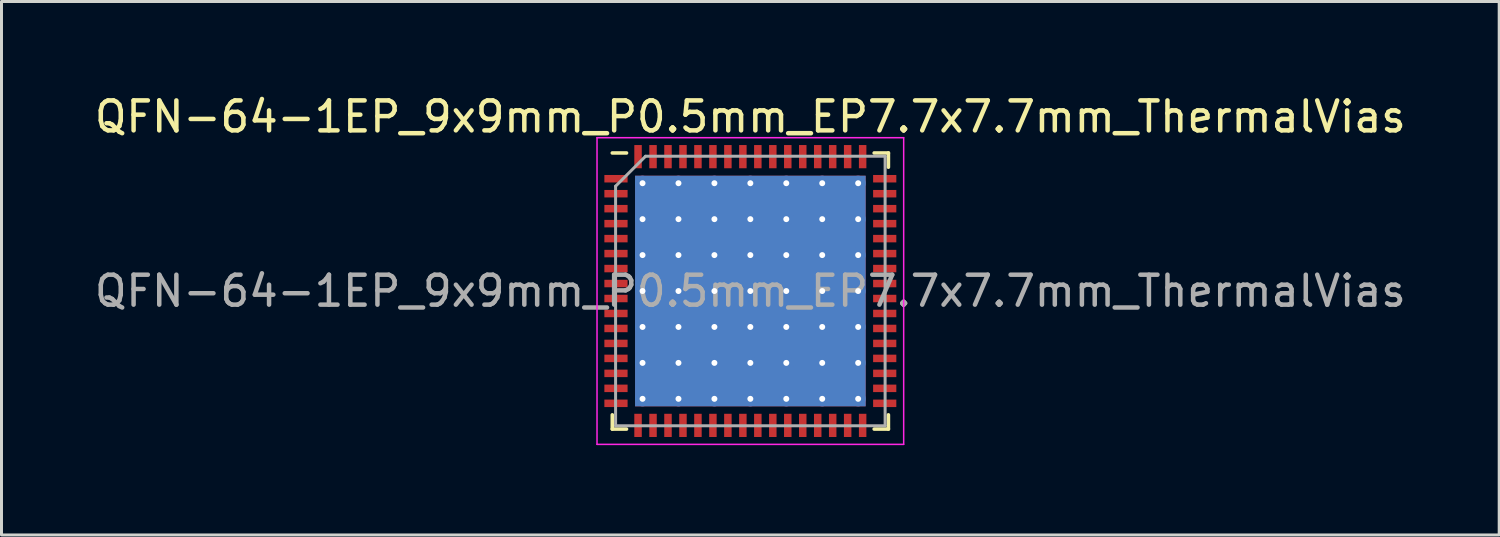
<source format=kicad_pcb>
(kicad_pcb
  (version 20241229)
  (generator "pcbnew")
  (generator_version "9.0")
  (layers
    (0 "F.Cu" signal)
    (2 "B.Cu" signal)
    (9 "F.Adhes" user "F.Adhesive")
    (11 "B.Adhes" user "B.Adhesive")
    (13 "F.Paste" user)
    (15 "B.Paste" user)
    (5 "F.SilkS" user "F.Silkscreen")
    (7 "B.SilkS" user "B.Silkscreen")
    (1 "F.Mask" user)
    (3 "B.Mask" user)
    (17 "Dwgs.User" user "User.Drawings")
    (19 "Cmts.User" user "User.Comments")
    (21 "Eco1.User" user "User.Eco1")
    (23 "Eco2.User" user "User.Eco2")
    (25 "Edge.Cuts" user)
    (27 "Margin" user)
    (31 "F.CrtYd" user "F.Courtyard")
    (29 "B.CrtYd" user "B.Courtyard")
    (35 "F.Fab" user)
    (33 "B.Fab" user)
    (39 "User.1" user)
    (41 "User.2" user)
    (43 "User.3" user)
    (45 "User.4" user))
  (footprint "QFN-64-1EP_9x9mm_P0.5mm_EP7.7x7.7mm_ThermalVias"
    (layer "F.Cu")
    (at 22.006 6.668)
    (property "Reference" "QFN-64-1EP_9x9mm_P0.5mm_EP7.7x7.7mm_ThermalVias" (at 0 -5.82 0) (layer "F.SilkS") (effects (font (size 1 1) (thickness 0.15))))
    (attr smd)
    (fp_line (start -4.61 4.61) (end -4.61 4.135) (stroke (width 0.12) (type solid)) (layer "F.SilkS"))
    (fp_line (start -4.135 -4.61) (end -4.61 -4.61) (stroke (width 0.12) (type solid)) (layer "F.SilkS"))
    (fp_line (start -4.135 4.61) (end -4.61 4.61) (stroke (width 0.12) (type solid)) (layer "F.SilkS"))
    (fp_line (start 4.135 -4.61) (end 4.61 -4.61) (stroke (width 0.12) (type solid)) (layer "F.SilkS"))
    (fp_line (start 4.135 4.61) (end 4.61 4.61) (stroke (width 0.12) (type solid)) (layer "F.SilkS"))
    (fp_line (start 4.61 -4.61) (end 4.61 -4.135) (stroke (width 0.12) (type solid)) (layer "F.SilkS"))
    (fp_line (start 4.61 4.61) (end 4.61 4.135) (stroke (width 0.12) (type solid)) (layer "F.SilkS"))
    (fp_line (start -5.12 -5.12) (end -5.12 5.12) (stroke (width 0.05) (type solid)) (layer "F.CrtYd"))
    (fp_line (start -5.12 5.12) (end 5.12 5.12) (stroke (width 0.05) (type solid)) (layer "F.CrtYd"))
    (fp_line (start 5.12 -5.12) (end -5.12 -5.12) (stroke (width 0.05) (type solid)) (layer "F.CrtYd"))
    (fp_line (start 5.12 5.12) (end 5.12 -5.12) (stroke (width 0.05) (type solid)) (layer "F.CrtYd"))
    (fp_line (start -4.5 -3.5) (end -3.5 -4.5) (stroke (width 0.1) (type solid)) (layer "F.Fab"))
    (fp_line (start -4.5 4.5) (end -4.5 -3.5) (stroke (width 0.1) (type solid)) (layer "F.Fab"))
    (fp_line (start -3.5 -4.5) (end 4.5 -4.5) (stroke (width 0.1) (type solid)) (layer "F.Fab"))
    (fp_line (start 4.5 -4.5) (end 4.5 4.5) (stroke (width 0.1) (type solid)) (layer "F.Fab"))
    (fp_line (start 4.5 4.5) (end -4.5 4.5) (stroke (width 0.1) (type solid)) (layer "F.Fab"))
    (fp_text user "${REFERENCE}" (at 0 0 0) (layer "F.Fab") (effects (font (size 1 1) (thickness 0.15))))
    (pad "" smd custom (at -3 -3) (size 0.952 0.952) (layers "F.Paste") (options (anchor circle)) (primitives (gr_poly (pts (xy -0.517 -0.4) (xy -0.4 -0.517) (xy 0.4 -0.517) (xy 0.517 -0.4) (xy 0.517 0.4) (xy 0.4 0.517) (xy -0.4 0.517) (xy -0.517 0.4)) (width 0) (fill yes))))
    (pad "" smd custom (at -3 -1.8) (size 0.952 0.952) (layers "F.Paste") (options (anchor circle)) (primitives (gr_poly (pts (xy -0.517 -0.4) (xy -0.4 -0.517) (xy 0.4 -0.517) (xy 0.517 -0.4) (xy 0.517 0.4) (xy 0.4 0.517) (xy -0.4 0.517) (xy -0.517 0.4)) (width 0) (fill yes))))
    (pad "" smd custom (at -3 -0.6) (size 0.952 0.952) (layers "F.Paste") (options (anchor circle)) (primitives (gr_poly (pts (xy -0.517 -0.4) (xy -0.4 -0.517) (xy 0.4 -0.517) (xy 0.517 -0.4) (xy 0.517 0.4) (xy 0.4 0.517) (xy -0.4 0.517) (xy -0.517 0.4)) (width 0) (fill yes))))
    (pad "" smd custom (at -3 0.6) (size 0.952 0.952) (layers "F.Paste") (options (anchor circle)) (primitives (gr_poly (pts (xy -0.517 -0.4) (xy -0.4 -0.517) (xy 0.4 -0.517) (xy 0.517 -0.4) (xy 0.517 0.4) (xy 0.4 0.517) (xy -0.4 0.517) (xy -0.517 0.4)) (width 0) (fill yes))))
    (pad "" smd custom (at -3 1.8) (size 0.952 0.952) (layers "F.Paste") (options (anchor circle)) (primitives (gr_poly (pts (xy -0.517 -0.4) (xy -0.4 -0.517) (xy 0.4 -0.517) (xy 0.517 -0.4) (xy 0.517 0.4) (xy 0.4 0.517) (xy -0.4 0.517) (xy -0.517 0.4)) (width 0) (fill yes))))
    (pad "" smd custom (at -3 3) (size 0.952 0.952) (layers "F.Paste") (options (anchor circle)) (primitives (gr_poly (pts (xy -0.517 -0.4) (xy -0.4 -0.517) (xy 0.4 -0.517) (xy 0.517 -0.4) (xy 0.517 0.4) (xy 0.4 0.517) (xy -0.4 0.517) (xy -0.517 0.4)) (width 0) (fill yes))))
    (pad "" smd custom (at -1.8 -3) (size 0.952 0.952) (layers "F.Paste") (options (anchor circle)) (primitives (gr_poly (pts (xy -0.517 -0.4) (xy -0.4 -0.517) (xy 0.4 -0.517) (xy 0.517 -0.4) (xy 0.517 0.4) (xy 0.4 0.517) (xy -0.4 0.517) (xy -0.517 0.4)) (width 0) (fill yes))))
    (pad "" smd custom (at -1.8 -1.8) (size 0.952 0.952) (layers "F.Paste") (options (anchor circle)) (primitives (gr_poly (pts (xy -0.517 -0.4) (xy -0.4 -0.517) (xy 0.4 -0.517) (xy 0.517 -0.4) (xy 0.517 0.4) (xy 0.4 0.517) (xy -0.4 0.517) (xy -0.517 0.4)) (width 0) (fill yes))))
    (pad "" smd custom (at -1.8 -0.6) (size 0.952 0.952) (layers "F.Paste") (options (anchor circle)) (primitives (gr_poly (pts (xy -0.517 -0.4) (xy -0.4 -0.517) (xy 0.4 -0.517) (xy 0.517 -0.4) (xy 0.517 0.4) (xy 0.4 0.517) (xy -0.4 0.517) (xy -0.517 0.4)) (width 0) (fill yes))))
    (pad "" smd custom (at -1.8 0.6) (size 0.952 0.952) (layers "F.Paste") (options (anchor circle)) (primitives (gr_poly (pts (xy -0.517 -0.4) (xy -0.4 -0.517) (xy 0.4 -0.517) (xy 0.517 -0.4) (xy 0.517 0.4) (xy 0.4 0.517) (xy -0.4 0.517) (xy -0.517 0.4)) (width 0) (fill yes))))
    (pad "" smd custom (at -1.8 1.8) (size 0.952 0.952) (layers "F.Paste") (options (anchor circle)) (primitives (gr_poly (pts (xy -0.517 -0.4) (xy -0.4 -0.517) (xy 0.4 -0.517) (xy 0.517 -0.4) (xy 0.517 0.4) (xy 0.4 0.517) (xy -0.4 0.517) (xy -0.517 0.4)) (width 0) (fill yes))))
    (pad "" smd custom (at -1.8 3) (size 0.952 0.952) (layers "F.Paste") (options (anchor circle)) (primitives (gr_poly (pts (xy -0.517 -0.4) (xy -0.4 -0.517) (xy 0.4 -0.517) (xy 0.517 -0.4) (xy 0.517 0.4) (xy 0.4 0.517) (xy -0.4 0.517) (xy -0.517 0.4)) (width 0) (fill yes))))
    (pad "" smd custom (at -0.6 -3) (size 0.952 0.952) (layers "F.Paste") (options (anchor circle)) (primitives (gr_poly (pts (xy -0.517 -0.4) (xy -0.4 -0.517) (xy 0.4 -0.517) (xy 0.517 -0.4) (xy 0.517 0.4) (xy 0.4 0.517) (xy -0.4 0.517) (xy -0.517 0.4)) (width 0) (fill yes))))
    (pad "" smd custom (at -0.6 -1.8) (size 0.952 0.952) (layers "F.Paste") (options (anchor circle)) (primitives (gr_poly (pts (xy -0.517 -0.4) (xy -0.4 -0.517) (xy 0.4 -0.517) (xy 0.517 -0.4) (xy 0.517 0.4) (xy 0.4 0.517) (xy -0.4 0.517) (xy -0.517 0.4)) (width 0) (fill yes))))
    (pad "" smd custom (at -0.6 -0.6) (size 0.952 0.952) (layers "F.Paste") (options (anchor circle)) (primitives (gr_poly (pts (xy -0.517 -0.4) (xy -0.4 -0.517) (xy 0.4 -0.517) (xy 0.517 -0.4) (xy 0.517 0.4) (xy 0.4 0.517) (xy -0.4 0.517) (xy -0.517 0.4)) (width 0) (fill yes))))
    (pad "" smd custom (at -0.6 0.6) (size 0.952 0.952) (layers "F.Paste") (options (anchor circle)) (primitives (gr_poly (pts (xy -0.517 -0.4) (xy -0.4 -0.517) (xy 0.4 -0.517) (xy 0.517 -0.4) (xy 0.517 0.4) (xy 0.4 0.517) (xy -0.4 0.517) (xy -0.517 0.4)) (width 0) (fill yes))))
    (pad "" smd custom (at -0.6 1.8) (size 0.952 0.952) (layers "F.Paste") (options (anchor circle)) (primitives (gr_poly (pts (xy -0.517 -0.4) (xy -0.4 -0.517) (xy 0.4 -0.517) (xy 0.517 -0.4) (xy 0.517 0.4) (xy 0.4 0.517) (xy -0.4 0.517) (xy -0.517 0.4)) (width 0) (fill yes))))
    (pad "" smd custom (at -0.6 3) (size 0.952 0.952) (layers "F.Paste") (options (anchor circle)) (primitives (gr_poly (pts (xy -0.517 -0.4) (xy -0.4 -0.517) (xy 0.4 -0.517) (xy 0.517 -0.4) (xy 0.517 0.4) (xy 0.4 0.517) (xy -0.4 0.517) (xy -0.517 0.4)) (width 0) (fill yes))))
    (pad "" smd custom (at 0.6 -3) (size 0.952 0.952) (layers "F.Paste") (options (anchor circle)) (primitives (gr_poly (pts (xy -0.517 -0.4) (xy -0.4 -0.517) (xy 0.4 -0.517) (xy 0.517 -0.4) (xy 0.517 0.4) (xy 0.4 0.517) (xy -0.4 0.517) (xy -0.517 0.4)) (width 0) (fill yes))))
    (pad "" smd custom (at 0.6 -1.8) (size 0.952 0.952) (layers "F.Paste") (options (anchor circle)) (primitives (gr_poly (pts (xy -0.517 -0.4) (xy -0.4 -0.517) (xy 0.4 -0.517) (xy 0.517 -0.4) (xy 0.517 0.4) (xy 0.4 0.517) (xy -0.4 0.517) (xy -0.517 0.4)) (width 0) (fill yes))))
    (pad "" smd custom (at 0.6 -0.6) (size 0.952 0.952) (layers "F.Paste") (options (anchor circle)) (primitives (gr_poly (pts (xy -0.517 -0.4) (xy -0.4 -0.517) (xy 0.4 -0.517) (xy 0.517 -0.4) (xy 0.517 0.4) (xy 0.4 0.517) (xy -0.4 0.517) (xy -0.517 0.4)) (width 0) (fill yes))))
    (pad "" smd custom (at 0.6 0.6) (size 0.952 0.952) (layers "F.Paste") (options (anchor circle)) (primitives (gr_poly (pts (xy -0.517 -0.4) (xy -0.4 -0.517) (xy 0.4 -0.517) (xy 0.517 -0.4) (xy 0.517 0.4) (xy 0.4 0.517) (xy -0.4 0.517) (xy -0.517 0.4)) (width 0) (fill yes))))
    (pad "" smd custom (at 0.6 1.8) (size 0.952 0.952) (layers "F.Paste") (options (anchor circle)) (primitives (gr_poly (pts (xy -0.517 -0.4) (xy -0.4 -0.517) (xy 0.4 -0.517) (xy 0.517 -0.4) (xy 0.517 0.4) (xy 0.4 0.517) (xy -0.4 0.517) (xy -0.517 0.4)) (width 0) (fill yes))))
    (pad "" smd custom (at 0.6 3) (size 0.952 0.952) (layers "F.Paste") (options (anchor circle)) (primitives (gr_poly (pts (xy -0.517 -0.4) (xy -0.4 -0.517) (xy 0.4 -0.517) (xy 0.517 -0.4) (xy 0.517 0.4) (xy 0.4 0.517) (xy -0.4 0.517) (xy -0.517 0.4)) (width 0) (fill yes))))
    (pad "" smd custom (at 1.8 -3) (size 0.952 0.952) (layers "F.Paste") (options (anchor circle)) (primitives (gr_poly (pts (xy -0.517 -0.4) (xy -0.4 -0.517) (xy 0.4 -0.517) (xy 0.517 -0.4) (xy 0.517 0.4) (xy 0.4 0.517) (xy -0.4 0.517) (xy -0.517 0.4)) (width 0) (fill yes))))
    (pad "" smd custom (at 1.8 -1.8) (size 0.952 0.952) (layers "F.Paste") (options (anchor circle)) (primitives (gr_poly (pts (xy -0.517 -0.4) (xy -0.4 -0.517) (xy 0.4 -0.517) (xy 0.517 -0.4) (xy 0.517 0.4) (xy 0.4 0.517) (xy -0.4 0.517) (xy -0.517 0.4)) (width 0) (fill yes))))
    (pad "" smd custom (at 1.8 -0.6) (size 0.952 0.952) (layers "F.Paste") (options (anchor circle)) (primitives (gr_poly (pts (xy -0.517 -0.4) (xy -0.4 -0.517) (xy 0.4 -0.517) (xy 0.517 -0.4) (xy 0.517 0.4) (xy 0.4 0.517) (xy -0.4 0.517) (xy -0.517 0.4)) (width 0) (fill yes))))
    (pad "" smd custom (at 1.8 0.6) (size 0.952 0.952) (layers "F.Paste") (options (anchor circle)) (primitives (gr_poly (pts (xy -0.517 -0.4) (xy -0.4 -0.517) (xy 0.4 -0.517) (xy 0.517 -0.4) (xy 0.517 0.4) (xy 0.4 0.517) (xy -0.4 0.517) (xy -0.517 0.4)) (width 0) (fill yes))))
    (pad "" smd custom (at 1.8 1.8) (size 0.952 0.952) (layers "F.Paste") (options (anchor circle)) (primitives (gr_poly (pts (xy -0.517 -0.4) (xy -0.4 -0.517) (xy 0.4 -0.517) (xy 0.517 -0.4) (xy 0.517 0.4) (xy 0.4 0.517) (xy -0.4 0.517) (xy -0.517 0.4)) (width 0) (fill yes))))
    (pad "" smd custom (at 1.8 3) (size 0.952 0.952) (layers "F.Paste") (options (anchor circle)) (primitives (gr_poly (pts (xy -0.517 -0.4) (xy -0.4 -0.517) (xy 0.4 -0.517) (xy 0.517 -0.4) (xy 0.517 0.4) (xy 0.4 0.517) (xy -0.4 0.517) (xy -0.517 0.4)) (width 0) (fill yes))))
    (pad "" smd custom (at 3 -3) (size 0.952 0.952) (layers "F.Paste") (options (anchor circle)) (primitives (gr_poly (pts (xy -0.517 -0.4) (xy -0.4 -0.517) (xy 0.4 -0.517) (xy 0.517 -0.4) (xy 0.517 0.4) (xy 0.4 0.517) (xy -0.4 0.517) (xy -0.517 0.4)) (width 0) (fill yes))))
    (pad "" smd custom (at 3 -1.8) (size 0.952 0.952) (layers "F.Paste") (options (anchor circle)) (primitives (gr_poly (pts (xy -0.517 -0.4) (xy -0.4 -0.517) (xy 0.4 -0.517) (xy 0.517 -0.4) (xy 0.517 0.4) (xy 0.4 0.517) (xy -0.4 0.517) (xy -0.517 0.4)) (width 0) (fill yes))))
    (pad "" smd custom (at 3 -0.6) (size 0.952 0.952) (layers "F.Paste") (options (anchor circle)) (primitives (gr_poly (pts (xy -0.517 -0.4) (xy -0.4 -0.517) (xy 0.4 -0.517) (xy 0.517 -0.4) (xy 0.517 0.4) (xy 0.4 0.517) (xy -0.4 0.517) (xy -0.517 0.4)) (width 0) (fill yes))))
    (pad "" smd custom (at 3 0.6) (size 0.952 0.952) (layers "F.Paste") (options (anchor circle)) (primitives (gr_poly (pts (xy -0.517 -0.4) (xy -0.4 -0.517) (xy 0.4 -0.517) (xy 0.517 -0.4) (xy 0.517 0.4) (xy 0.4 0.517) (xy -0.4 0.517) (xy -0.517 0.4)) (width 0) (fill yes))))
    (pad "" smd custom (at 3 1.8) (size 0.952 0.952) (layers "F.Paste") (options (anchor circle)) (primitives (gr_poly (pts (xy -0.517 -0.4) (xy -0.4 -0.517) (xy 0.4 -0.517) (xy 0.517 -0.4) (xy 0.517 0.4) (xy 0.4 0.517) (xy -0.4 0.517) (xy -0.517 0.4)) (width 0) (fill yes))))
    (pad "" smd custom (at 3 3) (size 0.952 0.952) (layers "F.Paste") (options (anchor circle)) (primitives (gr_poly (pts (xy -0.517 -0.4) (xy -0.4 -0.517) (xy 0.4 -0.517) (xy 0.517 -0.4) (xy 0.517 0.4) (xy 0.4 0.517) (xy -0.4 0.517) (xy -0.517 0.4)) (width 0) (fill yes))))
    (pad "1" smd rect (at -4.487 -3.75) (size 0.775 0.25) (layers "F.Cu" "F.Mask" "F.Paste"))
    (pad "2" smd rect (at -4.487 -3.25) (size 0.775 0.25) (layers "F.Cu" "F.Mask" "F.Paste"))
    (pad "3" smd rect (at -4.487 -2.75) (size 0.775 0.25) (layers "F.Cu" "F.Mask" "F.Paste"))
    (pad "4" smd rect (at -4.487 -2.25) (size 0.775 0.25) (layers "F.Cu" "F.Mask" "F.Paste"))
    (pad "5" smd rect (at -4.487 -1.75) (size 0.775 0.25) (layers "F.Cu" "F.Mask" "F.Paste"))
    (pad "6" smd rect (at -4.487 -1.25) (size 0.775 0.25) (layers "F.Cu" "F.Mask" "F.Paste"))
    (pad "7" smd rect (at -4.487 -0.75) (size 0.775 0.25) (layers "F.Cu" "F.Mask" "F.Paste"))
    (pad "8" smd rect (at -4.487 -0.25) (size 0.775 0.25) (layers "F.Cu" "F.Mask" "F.Paste"))
    (pad "9" smd rect (at -4.487 0.25) (size 0.775 0.25) (layers "F.Cu" "F.Mask" "F.Paste"))
    (pad "10" smd rect (at -4.487 0.75) (size 0.775 0.25) (layers "F.Cu" "F.Mask" "F.Paste"))
    (pad "11" smd rect (at -4.487 1.25) (size 0.775 0.25) (layers "F.Cu" "F.Mask" "F.Paste"))
    (pad "12" smd rect (at -4.487 1.75) (size 0.775 0.25) (layers "F.Cu" "F.Mask" "F.Paste"))
    (pad "13" smd rect (at -4.487 2.25) (size 0.775 0.25) (layers "F.Cu" "F.Mask" "F.Paste"))
    (pad "14" smd rect (at -4.487 2.75) (size 0.775 0.25) (layers "F.Cu" "F.Mask" "F.Paste"))
    (pad "15" smd rect (at -4.487 3.25) (size 0.775 0.25) (layers "F.Cu" "F.Mask" "F.Paste"))
    (pad "16" smd rect (at -4.487 3.75) (size 0.775 0.25) (layers "F.Cu" "F.Mask" "F.Paste"))
    (pad "17" smd rect (at -3.75 4.487) (size 0.25 0.775) (layers "F.Cu" "F.Mask" "F.Paste"))
    (pad "18" smd rect (at -3.25 4.487) (size 0.25 0.775) (layers "F.Cu" "F.Mask" "F.Paste"))
    (pad "19" smd rect (at -2.75 4.487) (size 0.25 0.775) (layers "F.Cu" "F.Mask" "F.Paste"))
    (pad "20" smd rect (at -2.25 4.487) (size 0.25 0.775) (layers "F.Cu" "F.Mask" "F.Paste"))
    (pad "21" smd rect (at -1.75 4.487) (size 0.25 0.775) (layers "F.Cu" "F.Mask" "F.Paste"))
    (pad "22" smd rect (at -1.25 4.487) (size 0.25 0.775) (layers "F.Cu" "F.Mask" "F.Paste"))
    (pad "23" smd rect (at -0.75 4.487) (size 0.25 0.775) (layers "F.Cu" "F.Mask" "F.Paste"))
    (pad "24" smd rect (at -0.25 4.487) (size 0.25 0.775) (layers "F.Cu" "F.Mask" "F.Paste"))
    (pad "25" smd rect (at 0.25 4.487) (size 0.25 0.775) (layers "F.Cu" "F.Mask" "F.Paste"))
    (pad "26" smd rect (at 0.75 4.487) (size 0.25 0.775) (layers "F.Cu" "F.Mask" "F.Paste"))
    (pad "27" smd rect (at 1.25 4.487) (size 0.25 0.775) (layers "F.Cu" "F.Mask" "F.Paste"))
    (pad "28" smd rect (at 1.75 4.487) (size 0.25 0.775) (layers "F.Cu" "F.Mask" "F.Paste"))
    (pad "29" smd rect (at 2.25 4.487) (size 0.25 0.775) (layers "F.Cu" "F.Mask" "F.Paste"))
    (pad "30" smd rect (at 2.75 4.487) (size 0.25 0.775) (layers "F.Cu" "F.Mask" "F.Paste"))
    (pad "31" smd rect (at 3.25 4.487) (size 0.25 0.775) (layers "F.Cu" "F.Mask" "F.Paste"))
    (pad "32" smd rect (at 3.75 4.487) (size 0.25 0.775) (layers "F.Cu" "F.Mask" "F.Paste"))
    (pad "33" smd rect (at 4.487 3.75) (size 0.775 0.25) (layers "F.Cu" "F.Mask" "F.Paste"))
    (pad "34" smd rect (at 4.487 3.25) (size 0.775 0.25) (layers "F.Cu" "F.Mask" "F.Paste"))
    (pad "35" smd rect (at 4.487 2.75) (size 0.775 0.25) (layers "F.Cu" "F.Mask" "F.Paste"))
    (pad "36" smd rect (at 4.487 2.25) (size 0.775 0.25) (layers "F.Cu" "F.Mask" "F.Paste"))
    (pad "37" smd rect (at 4.487 1.75) (size 0.775 0.25) (layers "F.Cu" "F.Mask" "F.Paste"))
    (pad "38" smd rect (at 4.487 1.25) (size 0.775 0.25) (layers "F.Cu" "F.Mask" "F.Paste"))
    (pad "39" smd rect (at 4.487 0.75) (size 0.775 0.25) (layers "F.Cu" "F.Mask" "F.Paste"))
    (pad "40" smd rect (at 4.487 0.25) (size 0.775 0.25) (layers "F.Cu" "F.Mask" "F.Paste"))
    (pad "41" smd rect (at 4.487 -0.25) (size 0.775 0.25) (layers "F.Cu" "F.Mask" "F.Paste"))
    (pad "42" smd rect (at 4.487 -0.75) (size 0.775 0.25) (layers "F.Cu" "F.Mask" "F.Paste"))
    (pad "43" smd rect (at 4.487 -1.25) (size 0.775 0.25) (layers "F.Cu" "F.Mask" "F.Paste"))
    (pad "44" smd rect (at 4.487 -1.75) (size 0.775 0.25) (layers "F.Cu" "F.Mask" "F.Paste"))
    (pad "45" smd rect (at 4.487 -2.25) (size 0.775 0.25) (layers "F.Cu" "F.Mask" "F.Paste"))
    (pad "46" smd rect (at 4.487 -2.75) (size 0.775 0.25) (layers "F.Cu" "F.Mask" "F.Paste"))
    (pad "47" smd rect (at 4.487 -3.25) (size 0.775 0.25) (layers "F.Cu" "F.Mask" "F.Paste"))
    (pad "48" smd rect (at 4.487 -3.75) (size 0.775 0.25) (layers "F.Cu" "F.Mask" "F.Paste"))
    (pad "49" smd rect (at 3.75 -4.487) (size 0.25 0.775) (layers "F.Cu" "F.Mask" "F.Paste"))
    (pad "50" smd rect (at 3.25 -4.487) (size 0.25 0.775) (layers "F.Cu" "F.Mask" "F.Paste"))
    (pad "51" smd rect (at 2.75 -4.487) (size 0.25 0.775) (layers "F.Cu" "F.Mask" "F.Paste"))
    (pad "52" smd rect (at 2.25 -4.487) (size 0.25 0.775) (layers "F.Cu" "F.Mask" "F.Paste"))
    (pad "53" smd rect (at 1.75 -4.487) (size 0.25 0.775) (layers "F.Cu" "F.Mask" "F.Paste"))
    (pad "54" smd rect (at 1.25 -4.487) (size 0.25 0.775) (layers "F.Cu" "F.Mask" "F.Paste"))
    (pad "55" smd rect (at 0.75 -4.487) (size 0.25 0.775) (layers "F.Cu" "F.Mask" "F.Paste"))
    (pad "56" smd rect (at 0.25 -4.487) (size 0.25 0.775) (layers "F.Cu" "F.Mask" "F.Paste"))
    (pad "57" smd rect (at -0.25 -4.487) (size 0.25 0.775) (layers "F.Cu" "F.Mask" "F.Paste"))
    (pad "58" smd rect (at -0.75 -4.487) (size 0.25 0.775) (layers "F.Cu" "F.Mask" "F.Paste"))
    (pad "59" smd rect (at -1.25 -4.487) (size 0.25 0.775) (layers "F.Cu" "F.Mask" "F.Paste"))
    (pad "60" smd rect (at -1.75 -4.487) (size 0.25 0.775) (layers "F.Cu" "F.Mask" "F.Paste"))
    (pad "61" smd rect (at -2.25 -4.487) (size 0.25 0.775) (layers "F.Cu" "F.Mask" "F.Paste"))
    (pad "62" smd rect (at -2.75 -4.487) (size 0.25 0.775) (layers "F.Cu" "F.Mask" "F.Paste"))
    (pad "63" smd rect (at -3.25 -4.487) (size 0.25 0.775) (layers "F.Cu" "F.Mask" "F.Paste"))
    (pad "64" smd rect (at -3.75 -4.487) (size 0.25 0.775) (layers "F.Cu" "F.Mask" "F.Paste"))
    (pad "65" thru_hole circle (at -3.6 -3.6) (size 0.5 0.5) (drill 0.2) (layers "*.Cu"))
    (pad "65" thru_hole circle (at -3.6 -2.4) (size 0.5 0.5) (drill 0.2) (layers "*.Cu"))
    (pad "65" thru_hole circle (at -3.6 -1.2) (size 0.5 0.5) (drill 0.2) (layers "*.Cu"))
    (pad "65" thru_hole circle (at -3.6 0) (size 0.5 0.5) (drill 0.2) (layers "*.Cu"))
    (pad "65" thru_hole circle (at -3.6 1.2) (size 0.5 0.5) (drill 0.2) (layers "*.Cu"))
    (pad "65" thru_hole circle (at -3.6 2.4) (size 0.5 0.5) (drill 0.2) (layers "*.Cu"))
    (pad "65" thru_hole circle (at -3.6 3.6) (size 0.5 0.5) (drill 0.2) (layers "*.Cu"))
    (pad "65" thru_hole circle (at -2.4 -3.6) (size 0.5 0.5) (drill 0.2) (layers "*.Cu"))
    (pad "65" thru_hole circle (at -2.4 -2.4) (size 0.5 0.5) (drill 0.2) (layers "*.Cu"))
    (pad "65" thru_hole circle (at -2.4 -1.2) (size 0.5 0.5) (drill 0.2) (layers "*.Cu"))
    (pad "65" thru_hole circle (at -2.4 0) (size 0.5 0.5) (drill 0.2) (layers "*.Cu"))
    (pad "65" thru_hole circle (at -2.4 1.2) (size 0.5 0.5) (drill 0.2) (layers "*.Cu"))
    (pad "65" thru_hole circle (at -2.4 2.4) (size 0.5 0.5) (drill 0.2) (layers "*.Cu"))
    (pad "65" thru_hole circle (at -2.4 3.6) (size 0.5 0.5) (drill 0.2) (layers "*.Cu"))
    (pad "65" thru_hole circle (at -1.2 -3.6) (size 0.5 0.5) (drill 0.2) (layers "*.Cu"))
    (pad "65" thru_hole circle (at -1.2 -2.4) (size 0.5 0.5) (drill 0.2) (layers "*.Cu"))
    (pad "65" thru_hole circle (at -1.2 -1.2) (size 0.5 0.5) (drill 0.2) (layers "*.Cu"))
    (pad "65" thru_hole circle (at -1.2 0) (size 0.5 0.5) (drill 0.2) (layers "*.Cu"))
    (pad "65" thru_hole circle (at -1.2 1.2) (size 0.5 0.5) (drill 0.2) (layers "*.Cu"))
    (pad "65" thru_hole circle (at -1.2 2.4) (size 0.5 0.5) (drill 0.2) (layers "*.Cu"))
    (pad "65" thru_hole circle (at -1.2 3.6) (size 0.5 0.5) (drill 0.2) (layers "*.Cu"))
    (pad "65" thru_hole circle (at 0 -3.6) (size 0.5 0.5) (drill 0.2) (layers "*.Cu"))
    (pad "65" thru_hole circle (at 0 -2.4) (size 0.5 0.5) (drill 0.2) (layers "*.Cu"))
    (pad "65" thru_hole circle (at 0 -1.2) (size 0.5 0.5) (drill 0.2) (layers "*.Cu"))
    (pad "65" thru_hole circle (at 0 0) (size 0.5 0.5) (drill 0.2) (layers "*.Cu"))
    (pad "65" smd rect (at 0 0) (size 7.7 7.7) (layers "F.Cu" "F.Mask"))
    (pad "65" smd rect (at 0 0) (size 7.7 7.7) (layers "B.Cu"))
    (pad "65" thru_hole circle (at 0 1.2) (size 0.5 0.5) (drill 0.2) (layers "*.Cu"))
    (pad "65" thru_hole circle (at 0 2.4) (size 0.5 0.5) (drill 0.2) (layers "*.Cu"))
    (pad "65" thru_hole circle (at 0 3.6) (size 0.5 0.5) (drill 0.2) (layers "*.Cu"))
    (pad "65" thru_hole circle (at 1.2 -3.6) (size 0.5 0.5) (drill 0.2) (layers "*.Cu"))
    (pad "65" thru_hole circle (at 1.2 -2.4) (size 0.5 0.5) (drill 0.2) (layers "*.Cu"))
    (pad "65" thru_hole circle (at 1.2 -1.2) (size 0.5 0.5) (drill 0.2) (layers "*.Cu"))
    (pad "65" thru_hole circle (at 1.2 0) (size 0.5 0.5) (drill 0.2) (layers "*.Cu"))
    (pad "65" thru_hole circle (at 1.2 1.2) (size 0.5 0.5) (drill 0.2) (layers "*.Cu"))
    (pad "65" thru_hole circle (at 1.2 2.4) (size 0.5 0.5) (drill 0.2) (layers "*.Cu"))
    (pad "65" thru_hole circle (at 1.2 3.6) (size 0.5 0.5) (drill 0.2) (layers "*.Cu"))
    (pad "65" thru_hole circle (at 2.4 -3.6) (size 0.5 0.5) (drill 0.2) (layers "*.Cu"))
    (pad "65" thru_hole circle (at 2.4 -2.4) (size 0.5 0.5) (drill 0.2) (layers "*.Cu"))
    (pad "65" thru_hole circle (at 2.4 -1.2) (size 0.5 0.5) (drill 0.2) (layers "*.Cu"))
    (pad "65" thru_hole circle (at 2.4 0) (size 0.5 0.5) (drill 0.2) (layers "*.Cu"))
    (pad "65" thru_hole circle (at 2.4 1.2) (size 0.5 0.5) (drill 0.2) (layers "*.Cu"))
    (pad "65" thru_hole circle (at 2.4 2.4) (size 0.5 0.5) (drill 0.2) (layers "*.Cu"))
    (pad "65" thru_hole circle (at 2.4 3.6) (size 0.5 0.5) (drill 0.2) (layers "*.Cu"))
    (pad "65" thru_hole circle (at 3.6 -3.6) (size 0.5 0.5) (drill 0.2) (layers "*.Cu"))
    (pad "65" thru_hole circle (at 3.6 -2.4) (size 0.5 0.5) (drill 0.2) (layers "*.Cu"))
    (pad "65" thru_hole circle (at 3.6 -1.2) (size 0.5 0.5) (drill 0.2) (layers "*.Cu"))
    (pad "65" thru_hole circle (at 3.6 0) (size 0.5 0.5) (drill 0.2) (layers "*.Cu"))
    (pad "65" thru_hole circle (at 3.6 1.2) (size 0.5 0.5) (drill 0.2) (layers "*.Cu"))
    (pad "65" thru_hole circle (at 3.6 2.4) (size 0.5 0.5) (drill 0.2) (layers "*.Cu"))
    (pad "65" thru_hole circle (at 3.6 3.6) (size 0.5 0.5) (drill 0.2) (layers "*.Cu")))
  (gr_rect
    (start -3 -3)
    (end 47.012 14.813)
    (stroke (width 0.1) (type default))
    (fill no)
    (layer "Edge.Cuts")))
</source>
